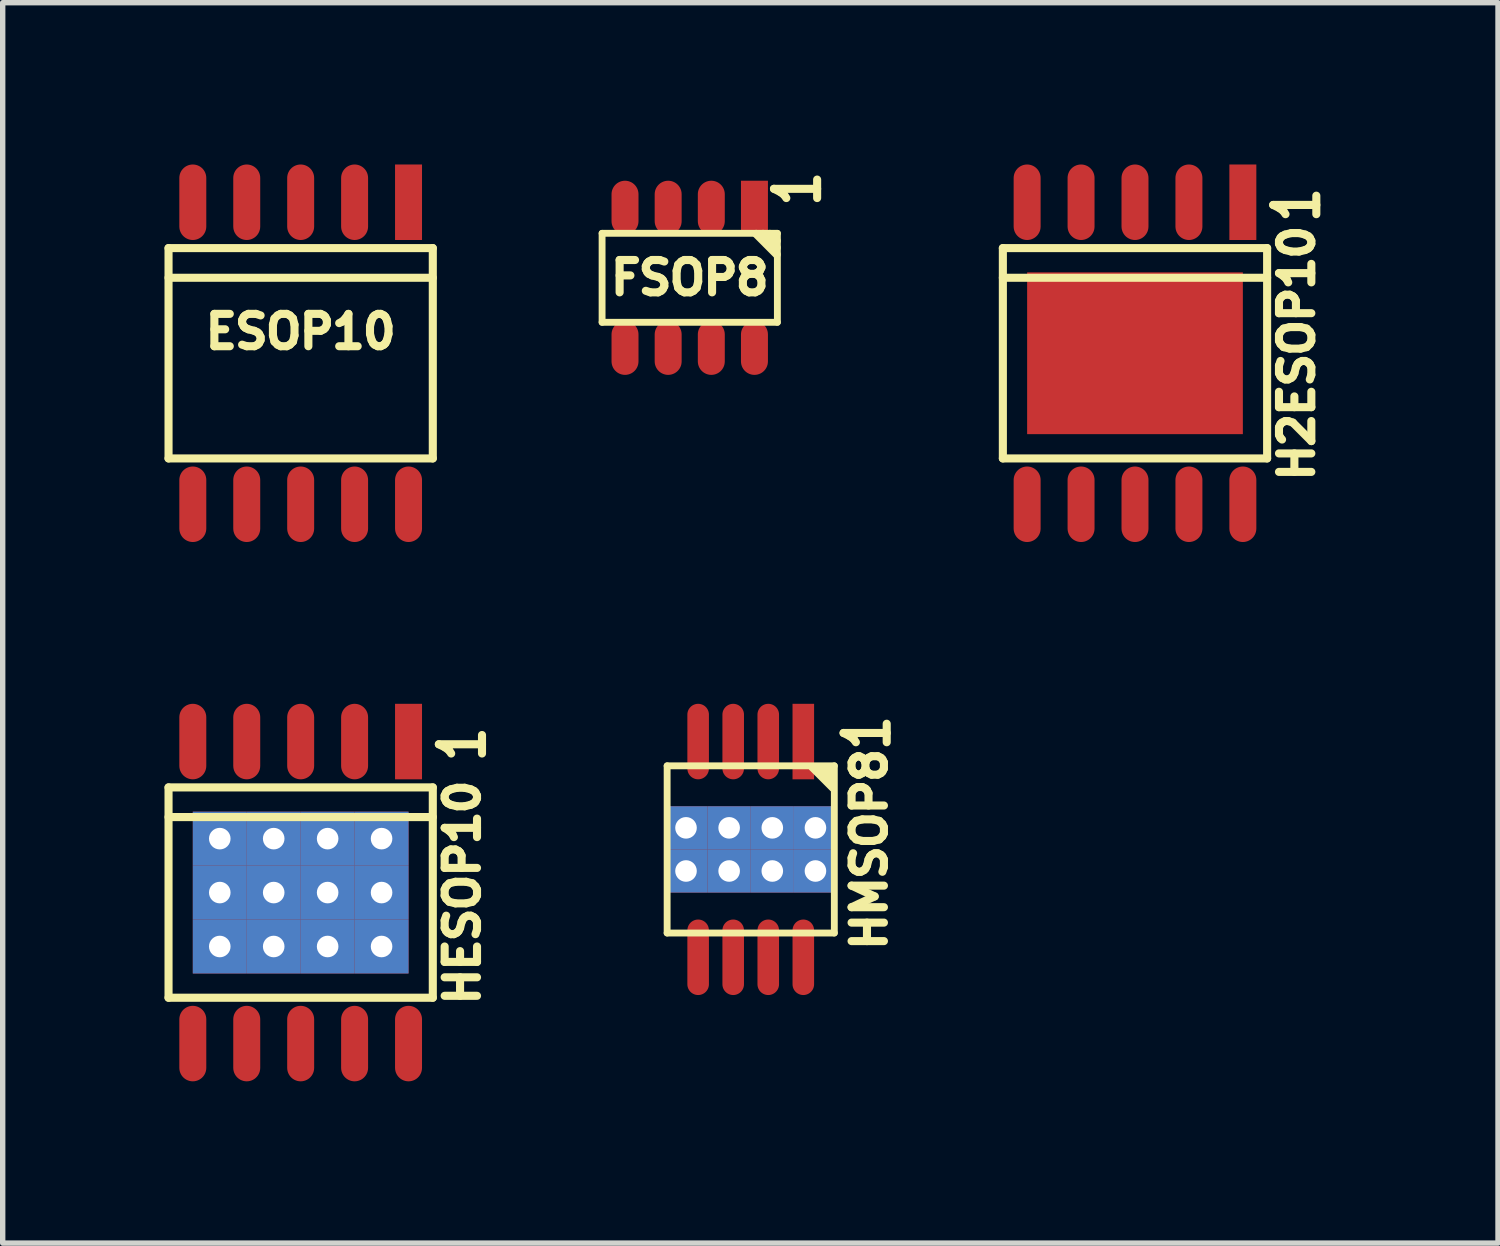
<source format=kicad_pcb>
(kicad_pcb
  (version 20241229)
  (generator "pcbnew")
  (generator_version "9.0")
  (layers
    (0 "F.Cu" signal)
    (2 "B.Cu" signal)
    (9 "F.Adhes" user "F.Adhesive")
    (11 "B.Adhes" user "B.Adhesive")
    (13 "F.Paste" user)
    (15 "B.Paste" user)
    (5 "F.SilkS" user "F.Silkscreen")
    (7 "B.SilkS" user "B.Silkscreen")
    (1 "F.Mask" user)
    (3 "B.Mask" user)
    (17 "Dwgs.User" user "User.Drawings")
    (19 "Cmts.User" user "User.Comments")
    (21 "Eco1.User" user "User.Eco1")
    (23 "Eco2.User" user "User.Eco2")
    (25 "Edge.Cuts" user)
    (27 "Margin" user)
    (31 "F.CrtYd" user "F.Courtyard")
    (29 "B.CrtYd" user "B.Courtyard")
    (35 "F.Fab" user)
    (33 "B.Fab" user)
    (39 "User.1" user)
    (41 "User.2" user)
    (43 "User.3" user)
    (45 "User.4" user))
  (footprint "ESOP10"
    (layer "F.Cu")
    (at 2.525 3.5)
    (property "Reference" "ESOP10" (at 0 -0.4 0) (layer "F.SilkS") (effects (font (size 0.6 0.6) (thickness 0.15))))
    (attr smd)
    (fp_line (start -2.45 1.95) (end -2.45 -1.95) (stroke (width 0.15) (type solid)) (layer "F.SilkS"))
    (fp_line (start -2.45 1.95) (end 2.45 1.95) (stroke (width 0.15) (type solid)) (layer "F.SilkS"))
    (fp_line (start 2.45 -1.95) (end -2.45 -1.95) (stroke (width 0.15) (type solid)) (layer "F.SilkS"))
    (fp_line (start 2.45 -1.4) (end -2.45 -1.4) (stroke (width 0.15) (type solid)) (layer "F.SilkS"))
    (fp_line (start 2.45 1.95) (end 2.45 -1.95) (stroke (width 0.15) (type solid)) (layer "F.SilkS"))
    (pad "1" smd rect (at 2 -2.8 270) (size 1.4 0.5) (layers "F.Cu" "F.Mask" "F.Paste"))
    (pad "2" smd oval (at 1 -2.8 270) (size 1.4 0.5) (layers "F.Cu" "F.Mask" "F.Paste"))
    (pad "3" smd oval (at 0 -2.8 270) (size 1.4 0.5) (layers "F.Cu" "F.Mask" "F.Paste"))
    (pad "4" smd oval (at -1 -2.8 270) (size 1.4 0.5) (layers "F.Cu" "F.Mask" "F.Paste"))
    (pad "5" smd oval (at -2 -2.8 270) (size 1.4 0.5) (layers "F.Cu" "F.Mask" "F.Paste"))
    (pad "6" smd oval (at -2 2.8 270) (size 1.4 0.5) (layers "F.Cu" "F.Mask" "F.Paste"))
    (pad "7" smd oval (at -1 2.8 270) (size 1.4 0.5) (layers "F.Cu" "F.Mask" "F.Paste"))
    (pad "8" smd oval (at 0 2.8 270) (size 1.4 0.5) (layers "F.Cu" "F.Mask" "F.Paste"))
    (pad "9" smd oval (at 1 2.8 270) (size 1.4 0.5) (layers "F.Cu" "F.Mask" "F.Paste"))
    (pad "10" smd oval (at 2 2.8 270) (size 1.4 0.5) (layers "F.Cu" "F.Mask" "F.Paste")))
  (footprint "FSOP8"
    (layer "F.Cu")
    (at 9.739 2.101)
    (property "Reference" "FSOP8" (at 0 0 0) (layer "F.SilkS") (effects (font (size 0.6 0.6) (thickness 0.15))))
    (attr smd)
    (fp_line (start -1.625 -0.825) (end 1.625 -0.825) (stroke (width 0.127) (type solid)) (layer "F.SilkS"))
    (fp_line (start -1.625 0.825) (end -1.625 -0.825) (stroke (width 0.127) (type solid)) (layer "F.SilkS"))
    (fp_line (start 1.232 -0.814) (end 1.613 -0.432) (stroke (width 0.15) (type solid)) (layer "F.SilkS"))
    (fp_line (start 1.486 -0.814) (end 1.613 -0.686) (stroke (width 0.15) (type solid)) (layer "F.SilkS"))
    (fp_line (start 1.613 -0.559) (end 1.359 -0.814) (stroke (width 0.15) (type solid)) (layer "F.SilkS"))
    (fp_line (start 1.625 -0.825) (end 1.625 0.825) (stroke (width 0.127) (type solid)) (layer "F.SilkS"))
    (fp_line (start 1.625 0.825) (end -1.625 0.825) (stroke (width 0.127) (type solid)) (layer "F.SilkS"))
    (fp_text user "1" (at 2 -1.65 90) (layer "F.SilkS") (effects (font (size 0.8 0.6) (thickness 0.15))))
    (pad "1" smd rect (at 1.2 -1.3 90) (size 1 0.5) (layers "F.Cu" "F.Mask" "F.Paste"))
    (pad "2" smd oval (at 0.4 -1.3 90) (size 1 0.5) (layers "F.Cu" "F.Mask" "F.Paste"))
    (pad "3" smd oval (at -0.4 -1.3 90) (size 1 0.5) (layers "F.Cu" "F.Mask" "F.Paste"))
    (pad "4" smd oval (at -1.2 -1.3 90) (size 1 0.5) (layers "F.Cu" "F.Mask" "F.Paste"))
    (pad "5" smd oval (at -1.2 1.3 90) (size 1 0.5) (layers "F.Cu" "F.Mask" "F.Paste"))
    (pad "6" smd oval (at -0.4 1.3 90) (size 1 0.5) (layers "F.Cu" "F.Mask" "F.Paste"))
    (pad "7" smd oval (at 0.4 1.3 90) (size 1 0.5) (layers "F.Cu" "F.Mask" "F.Paste"))
    (pad "8" smd oval (at 1.2 1.3 90) (size 1 0.5) (layers "F.Cu" "F.Mask" "F.Paste")))
  (footprint "HESOP10"
    (layer "F.Cu")
    (at 2.525 13.5)
    (property "Reference" "HESOP10" (at 3 0 90) (layer "F.SilkS") (effects (font (size 0.6 0.6) (thickness 0.15))))
    (attr smd)
    (fp_line (start -2.45 1.95) (end -2.45 -1.95) (stroke (width 0.15) (type solid)) (layer "F.SilkS"))
    (fp_line (start -2.45 1.95) (end 2.45 1.95) (stroke (width 0.15) (type solid)) (layer "F.SilkS"))
    (fp_line (start 2.45 -1.95) (end -2.45 -1.95) (stroke (width 0.15) (type solid)) (layer "F.SilkS"))
    (fp_line (start 2.45 -1.4) (end -2.45 -1.4) (stroke (width 0.15) (type solid)) (layer "F.SilkS"))
    (fp_line (start 2.45 1.95) (end 2.45 -1.95) (stroke (width 0.15) (type solid)) (layer "F.SilkS"))
    (fp_text user "1" (at 3 -2.75 270) (layer "F.SilkS") (effects (font (size 0.8 0.6) (thickness 0.15))))
    (pad "1" smd rect (at 2 -2.8 270) (size 1.4 0.5) (layers "F.Cu" "F.Mask" "F.Paste"))
    (pad "2" smd oval (at 1 -2.8 270) (size 1.4 0.5) (layers "F.Cu" "F.Mask" "F.Paste"))
    (pad "3" smd oval (at 0 -2.8 270) (size 1.4 0.5) (layers "F.Cu" "F.Mask" "F.Paste"))
    (pad "4" smd oval (at -1 -2.8 270) (size 1.4 0.5) (layers "F.Cu" "F.Mask" "F.Paste"))
    (pad "5" smd oval (at -2 -2.8 270) (size 1.4 0.5) (layers "F.Cu" "F.Mask" "F.Paste"))
    (pad "6" smd oval (at -2 2.8 270) (size 1.4 0.5) (layers "F.Cu" "F.Mask" "F.Paste"))
    (pad "7" smd oval (at -1 2.8 270) (size 1.4 0.5) (layers "F.Cu" "F.Mask" "F.Paste"))
    (pad "8" smd oval (at 0 2.8 270) (size 1.4 0.5) (layers "F.Cu" "F.Mask" "F.Paste"))
    (pad "9" smd oval (at 1 2.8 270) (size 1.4 0.5) (layers "F.Cu" "F.Mask" "F.Paste"))
    (pad "10" smd oval (at 2 2.8 270) (size 1.4 0.5) (layers "F.Cu" "F.Mask" "F.Paste"))
    (pad "PAD" thru_hole rect (at -1.5 -1 270) (size 1 1) (drill 0.4) (layers "*.Cu" "*.Mask" "F.Paste"))
    (pad "PAD" thru_hole rect (at -1.5 0 270) (size 1 1) (drill 0.4) (layers "*.Cu" "*.Mask" "F.Paste"))
    (pad "PAD" thru_hole rect (at -1.5 1 270) (size 1 1) (drill 0.4) (layers "*.Cu" "*.Mask" "F.Paste"))
    (pad "PAD" thru_hole rect (at -0.5 -1 270) (size 1 1) (drill 0.4) (layers "*.Cu" "*.Mask" "F.Paste"))
    (pad "PAD" thru_hole rect (at -0.5 0 270) (size 1 1) (drill 0.4) (layers "*.Cu" "*.Mask" "F.Paste"))
    (pad "PAD" thru_hole rect (at -0.5 1 270) (size 1 1) (drill 0.4) (layers "*.Cu" "*.Mask" "F.Paste"))
    (pad "PAD" thru_hole rect (at 0.5 -1 270) (size 1 1) (drill 0.4) (layers "*.Cu" "*.Mask" "F.Paste"))
    (pad "PAD" thru_hole rect (at 0.5 0 270) (size 1 1) (drill 0.4) (layers "*.Cu" "*.Mask" "F.Paste"))
    (pad "PAD" thru_hole rect (at 0.5 1 270) (size 1 1) (drill 0.4) (layers "*.Cu" "*.Mask" "F.Paste"))
    (pad "PAD" thru_hole rect (at 1.5 -1 270) (size 1 1) (drill 0.4) (layers "*.Cu" "*.Mask" "F.Paste"))
    (pad "PAD" thru_hole rect (at 1.5 0 270) (size 1 1) (drill 0.4) (layers "*.Cu" "*.Mask" "F.Paste"))
    (pad "PAD" thru_hole rect (at 1.5 1 270) (size 1 1) (drill 0.4) (layers "*.Cu" "*.Mask" "F.Paste")))
  (footprint "HMSOP8"
    (layer "F.Cu")
    (at 10.87 12.7)
    (property "Reference" "HMSOP8" (at 2.2 0 270) (layer "F.SilkS") (effects (font (size 0.6 0.6) (thickness 0.15))))
    (attr smd)
    (fp_line (start -1.55 -1.55) (end 1.55 -1.55) (stroke (width 0.127) (type solid)) (layer "F.SilkS"))
    (fp_line (start -1.55 1.55) (end -1.55 -1.55) (stroke (width 0.127) (type solid)) (layer "F.SilkS"))
    (fp_line (start 1.143 -1.524) (end 1.524 -1.143) (stroke (width 0.15) (type solid)) (layer "F.SilkS"))
    (fp_line (start 1.27 -1.524) (end 1.333 -1.524) (stroke (width 0.15) (type solid)) (layer "F.SilkS"))
    (fp_line (start 1.397 -1.524) (end 1.524 -1.397) (stroke (width 0.15) (type solid)) (layer "F.SilkS"))
    (fp_line (start 1.524 -1.27) (end 1.27 -1.524) (stroke (width 0.15) (type solid)) (layer "F.SilkS"))
    (fp_line (start 1.55 -1.55) (end 1.55 1.55) (stroke (width 0.127) (type solid)) (layer "F.SilkS"))
    (fp_line (start 1.55 1.55) (end -1.55 1.55) (stroke (width 0.127) (type solid)) (layer "F.SilkS"))
    (fp_text user "1" (at 2.159 -2.159 270) (layer "F.SilkS") (effects (font (size 0.8 0.6) (thickness 0.15))))
    (pad "1" smd rect (at 0.975 -2 270) (size 1.4 0.4) (layers "F.Cu" "F.Mask" "F.Paste"))
    (pad "2" smd oval (at 0.325 -2 270) (size 1.4 0.4) (layers "F.Cu" "F.Mask" "F.Paste"))
    (pad "3" smd oval (at -0.325 -2 270) (size 1.4 0.4) (layers "F.Cu" "F.Mask" "F.Paste"))
    (pad "4" smd oval (at -0.975 -2 270) (size 1.4 0.4) (layers "F.Cu" "F.Mask" "F.Paste"))
    (pad "5" smd oval (at -0.975 2 270) (size 1.4 0.4) (layers "F.Cu" "F.Mask" "F.Paste"))
    (pad "6" smd oval (at -0.325 2 270) (size 1.4 0.4) (layers "F.Cu" "F.Mask" "F.Paste"))
    (pad "7" smd oval (at 0.325 2 270) (size 1.4 0.4) (layers "F.Cu" "F.Mask" "F.Paste"))
    (pad "8" smd oval (at 0.975 2 270) (size 1.4 0.4) (layers "F.Cu" "F.Mask" "F.Paste"))
    (pad "PAD" thru_hole rect (at -1.2 -0.4 270) (size 0.8 0.8) (drill 0.4) (layers "*.Cu" "*.Mask" "F.Paste"))
    (pad "PAD" thru_hole rect (at -1.2 0.4 270) (size 0.8 0.8) (drill 0.4) (layers "*.Cu" "*.Mask" "F.Paste"))
    (pad "PAD" thru_hole rect (at -0.4 -0.4 270) (size 0.8 0.8) (drill 0.4) (layers "*.Cu" "*.Mask" "F.Paste"))
    (pad "PAD" thru_hole rect (at -0.4 0.4 270) (size 0.8 0.8) (drill 0.4) (layers "*.Cu" "*.Mask" "F.Paste"))
    (pad "PAD" thru_hole rect (at 0.4 -0.4 270) (size 0.8 0.8) (drill 0.4) (layers "*.Cu" "*.Mask" "F.Paste"))
    (pad "PAD" thru_hole rect (at 0.4 0.4 270) (size 0.8 0.8) (drill 0.4) (layers "*.Cu" "*.Mask" "F.Paste"))
    (pad "PAD" thru_hole rect (at 1.2 -0.4 270) (size 0.8 0.8) (drill 0.4) (layers "*.Cu" "*.Mask" "F.Paste"))
    (pad "PAD" thru_hole rect (at 1.2 0.4 270) (size 0.8 0.8) (drill 0.4) (layers "*.Cu" "*.Mask" "F.Paste")))
  (footprint "H2ESOP10"
    (layer "F.Cu")
    (at 17.995 3.5)
    (property "Reference" "H2ESOP10" (at 3 0 90) (layer "F.SilkS") (effects (font (size 0.6 0.6) (thickness 0.15))))
    (attr smd)
    (fp_line (start -2.45 1.95) (end -2.45 -1.95) (stroke (width 0.15) (type solid)) (layer "F.SilkS"))
    (fp_line (start -2.45 1.95) (end 2.45 1.95) (stroke (width 0.15) (type solid)) (layer "F.SilkS"))
    (fp_line (start 2.45 -1.95) (end -2.45 -1.95) (stroke (width 0.15) (type solid)) (layer "F.SilkS"))
    (fp_line (start 2.45 -1.4) (end -2.45 -1.4) (stroke (width 0.15) (type solid)) (layer "F.SilkS"))
    (fp_line (start 2.45 1.95) (end 2.45 -1.95) (stroke (width 0.15) (type solid)) (layer "F.SilkS"))
    (fp_text user "1" (at 3 -2.75 270) (layer "F.SilkS") (effects (font (size 0.8 0.6) (thickness 0.15))))
    (pad "1" smd rect (at 2 -2.8 270) (size 1.4 0.5) (layers "F.Cu" "F.Mask" "F.Paste"))
    (pad "2" smd oval (at 1 -2.8 270) (size 1.4 0.5) (layers "F.Cu" "F.Mask" "F.Paste"))
    (pad "3" smd oval (at 0 -2.8 270) (size 1.4 0.5) (layers "F.Cu" "F.Mask" "F.Paste"))
    (pad "4" smd oval (at -1 -2.8 270) (size 1.4 0.5) (layers "F.Cu" "F.Mask" "F.Paste"))
    (pad "5" smd oval (at -2 -2.8 270) (size 1.4 0.5) (layers "F.Cu" "F.Mask" "F.Paste"))
    (pad "6" smd oval (at -2 2.8 270) (size 1.4 0.5) (layers "F.Cu" "F.Mask" "F.Paste"))
    (pad "7" smd oval (at -1 2.8 270) (size 1.4 0.5) (layers "F.Cu" "F.Mask" "F.Paste"))
    (pad "8" smd oval (at 0 2.8 270) (size 1.4 0.5) (layers "F.Cu" "F.Mask" "F.Paste"))
    (pad "9" smd oval (at 1 2.8 270) (size 1.4 0.5) (layers "F.Cu" "F.Mask" "F.Paste"))
    (pad "10" smd oval (at 2 2.8 270) (size 1.4 0.5) (layers "F.Cu" "F.Mask" "F.Paste"))
    (pad "PAD" smd rect (at 0 0 270) (size 3 4) (layers "F.Cu" "F.Mask" "F.Paste")))
  (gr_rect
    (start -3 -3)
    (end 24.726 20)
    (stroke (width 0.1) (type default))
    (fill no)
    (layer "Edge.Cuts")))
</source>
